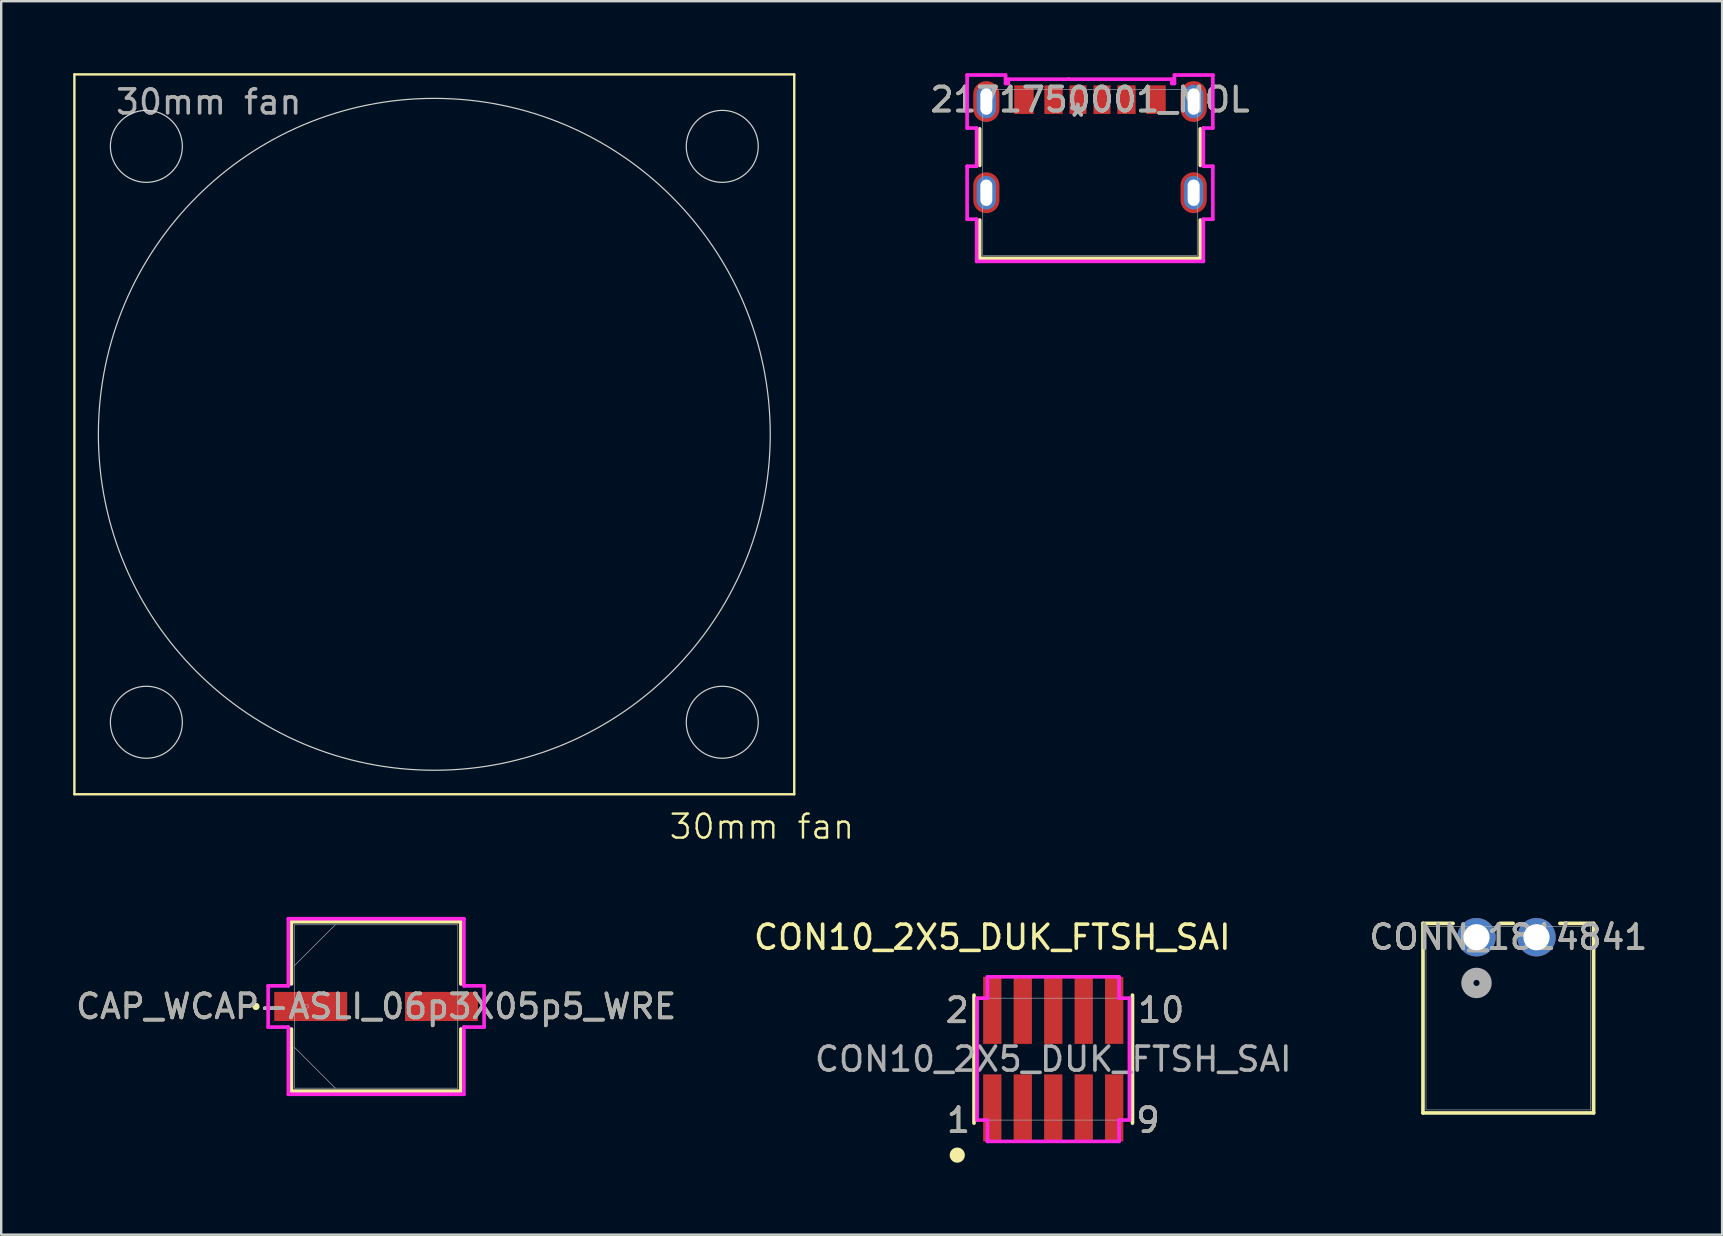
<source format=kicad_pcb>
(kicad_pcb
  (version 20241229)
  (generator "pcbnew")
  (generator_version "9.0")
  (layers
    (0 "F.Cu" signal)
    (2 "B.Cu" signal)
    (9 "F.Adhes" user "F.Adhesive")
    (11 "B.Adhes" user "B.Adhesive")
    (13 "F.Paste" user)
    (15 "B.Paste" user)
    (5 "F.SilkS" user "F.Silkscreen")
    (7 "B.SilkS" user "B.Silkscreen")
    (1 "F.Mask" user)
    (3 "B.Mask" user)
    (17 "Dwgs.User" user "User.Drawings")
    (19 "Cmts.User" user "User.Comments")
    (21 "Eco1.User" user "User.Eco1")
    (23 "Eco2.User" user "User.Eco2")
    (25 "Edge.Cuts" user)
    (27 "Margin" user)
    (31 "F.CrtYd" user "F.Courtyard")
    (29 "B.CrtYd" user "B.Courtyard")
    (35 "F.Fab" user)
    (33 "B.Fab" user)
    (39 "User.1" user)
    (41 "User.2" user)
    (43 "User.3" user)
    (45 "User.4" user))
  (footprint "CON10_2X5_DUK_FTSH_SAI"
    (layer "F.Cu")
    (at 40.844 41.089)
    (property "Reference" "CON10_2X5_DUK_FTSH_SAI" (at -2.54 -5.08 0) (unlocked yes) (layer "F.SilkS") (effects (font (size 1 1) (thickness 0.15))))
    (attr smd)
    (fp_line (start -3.302 -2.667) (end -3.302 2.667) (stroke (width 0.152) (type solid)) (layer "F.SilkS"))
    (fp_line (start 3.302 2.667) (end 3.302 -2.667) (stroke (width 0.152) (type solid)) (layer "F.SilkS"))
    (fp_circle (center -4 4) (end -3.734 4) (stroke (width 0.1) (type solid)) (fill yes) (layer "F.SilkS"))
    (fp_line (start -3.175 -2.54) (end -2.743 -2.54) (stroke (width 0.152) (type solid)) (layer "F.CrtYd"))
    (fp_line (start -3.175 2.54) (end -3.175 -2.54) (stroke (width 0.152) (type solid)) (layer "F.CrtYd"))
    (fp_line (start -2.743 -2.54) (end -2.743 -3.429) (stroke (width 0.152) (type solid)) (layer "F.CrtYd"))
    (fp_line (start -2.743 2.54) (end -3.175 2.54) (stroke (width 0.152) (type solid)) (layer "F.CrtYd"))
    (fp_line (start -2.743 3.429) (end -2.743 2.54) (stroke (width 0.152) (type solid)) (layer "F.CrtYd"))
    (fp_line (start -2.743 3.429) (end 2.743 3.429) (stroke (width 0.152) (type solid)) (layer "F.CrtYd"))
    (fp_line (start 2.743 -3.429) (end -2.743 -3.429) (stroke (width 0.152) (type solid)) (layer "F.CrtYd"))
    (fp_line (start 2.743 -3.429) (end 2.743 -2.54) (stroke (width 0.152) (type solid)) (layer "F.CrtYd"))
    (fp_line (start 2.743 -2.54) (end 3.175 -2.54) (stroke (width 0.152) (type solid)) (layer "F.CrtYd"))
    (fp_line (start 2.743 2.54) (end 2.743 3.429) (stroke (width 0.152) (type solid)) (layer "F.CrtYd"))
    (fp_line (start 3.175 -2.54) (end 3.175 2.54) (stroke (width 0.152) (type solid)) (layer "F.CrtYd"))
    (fp_line (start 3.175 2.54) (end 2.743 2.54) (stroke (width 0.152) (type solid)) (layer "F.CrtYd"))
    (fp_line (start -3.175 -2.54) (end -3.175 2.54) (stroke (width 0.025) (type solid)) (layer "F.Fab"))
    (fp_line (start -3.175 2.54) (end 3.175 2.54) (stroke (width 0.025) (type solid)) (layer "F.Fab"))
    (fp_line (start 3.175 -2.54) (end -3.175 -2.54) (stroke (width 0.025) (type solid)) (layer "F.Fab"))
    (fp_line (start 3.175 2.54) (end 3.175 -2.54) (stroke (width 0.025) (type solid)) (layer "F.Fab"))
    (fp_text user "1" (at -3.95 2.55 0) (unlocked yes) (layer "F.SilkS") (effects (font (size 1 1) (thickness 0.15))))
    (fp_text user "9" (at 3.95 2.55 0) (unlocked yes) (layer "F.SilkS") (effects (font (size 1 1) (thickness 0.15))))
    (fp_text user "2" (at -4 -2.032 0) (unlocked yes) (layer "F.SilkS") (effects (font (size 1 1) (thickness 0.15))))
    (fp_text user "10" (at 4.5 -2.05 0) (unlocked yes) (layer "F.SilkS") (effects (font (size 1 1) (thickness 0.15))))
    (fp_text user "2" (at -4 -2.032 0) (unlocked yes) (layer "F.Fab") (effects (font (size 1 1) (thickness 0.15))))
    (fp_text user "${REFERENCE}" (at 0 0 0) (unlocked yes) (layer "F.Fab") (effects (font (size 1 1) (thickness 0.15))))
    (fp_text user "10" (at 4.5 -2.05 0) (unlocked yes) (layer "F.Fab") (effects (font (size 1 1) (thickness 0.15))))
    (fp_text user "9" (at 3.95 2.55 0) (unlocked yes) (layer "F.Fab") (effects (font (size 1 1) (thickness 0.15))))
    (fp_text user "1" (at -3.95 2.55 0) (unlocked yes) (layer "F.Fab") (effects (font (size 1 1) (thickness 0.15))))
    (pad "1" smd rect (at -2.54 2.032) (size 0.762 2.794) (layers "F.Cu" "F.Mask" "F.Paste"))
    (pad "2" smd rect (at -2.54 -2.032) (size 0.762 2.794) (layers "F.Cu" "F.Mask" "F.Paste"))
    (pad "3" smd rect (at -1.27 2.032) (size 0.762 2.794) (layers "F.Cu" "F.Mask" "F.Paste"))
    (pad "4" smd rect (at -1.27 -2.032) (size 0.762 2.794) (layers "F.Cu" "F.Mask" "F.Paste"))
    (pad "5" smd rect (at 0 2.032) (size 0.762 2.794) (layers "F.Cu" "F.Mask" "F.Paste"))
    (pad "6" smd rect (at 0 -2.032) (size 0.762 2.794) (layers "F.Cu" "F.Mask" "F.Paste"))
    (pad "7" smd rect (at 1.27 2.032) (size 0.762 2.794) (layers "F.Cu" "F.Mask" "F.Paste"))
    (pad "8" smd rect (at 1.27 -2.032) (size 0.762 2.794) (layers "F.Cu" "F.Mask" "F.Paste"))
    (pad "9" smd rect (at 2.54 2.032) (size 0.762 2.794) (layers "F.Cu" "F.Mask" "F.Paste"))
    (pad "10" smd rect (at 2.54 -2.032) (size 0.762 2.794) (layers "F.Cu" "F.Mask" "F.Paste")))
  (footprint "CAP_WCAP-ASLI_06p3X05p5_WRE"
    (layer "F.Cu")
    (at 12.625 38.894)
    (property "Reference" "CAP_WCAP-ASLI_06p3X05p5_WRE" (at 0 0 0) (unlocked yes) (layer "F.SilkS") (effects (font (size 1 1) (thickness 0.15))))
    (attr smd)
    (fp_line (start -3.531 -3.531) (end -3.531 -0.939) (stroke (width 0.152) (type solid)) (layer "F.SilkS"))
    (fp_line (start -3.531 0.939) (end -3.531 3.531) (stroke (width 0.152) (type solid)) (layer "F.SilkS"))
    (fp_line (start -3.531 3.531) (end 3.531 3.531) (stroke (width 0.152) (type solid)) (layer "F.SilkS"))
    (fp_line (start 3.531 -3.531) (end -3.531 -3.531) (stroke (width 0.152) (type solid)) (layer "F.SilkS"))
    (fp_line (start 3.531 -0.939) (end 3.531 -3.531) (stroke (width 0.152) (type solid)) (layer "F.SilkS"))
    (fp_line (start 3.531 3.531) (end 3.531 0.939) (stroke (width 0.152) (type solid)) (layer "F.SilkS"))
    (fp_circle (center -5.008 0) (end -4.932 0) (stroke (width 0.152) (type solid)) (fill no) (layer "F.SilkS"))
    (fp_line (start -4.5 -0.86) (end -3.658 -0.86) (stroke (width 0.152) (type solid)) (layer "F.CrtYd"))
    (fp_line (start -4.5 0.86) (end -4.5 -0.86) (stroke (width 0.152) (type solid)) (layer "F.CrtYd"))
    (fp_line (start -3.658 -3.658) (end 3.658 -3.658) (stroke (width 0.152) (type solid)) (layer "F.CrtYd"))
    (fp_line (start -3.658 -0.86) (end -3.658 -3.658) (stroke (width 0.152) (type solid)) (layer "F.CrtYd"))
    (fp_line (start -3.658 0.86) (end -4.5 0.86) (stroke (width 0.152) (type solid)) (layer "F.CrtYd"))
    (fp_line (start -3.658 3.658) (end -3.658 0.86) (stroke (width 0.152) (type solid)) (layer "F.CrtYd"))
    (fp_line (start 3.658 -3.658) (end 3.658 -0.86) (stroke (width 0.152) (type solid)) (layer "F.CrtYd"))
    (fp_line (start 3.658 -0.86) (end 4.5 -0.86) (stroke (width 0.152) (type solid)) (layer "F.CrtYd"))
    (fp_line (start 3.658 0.86) (end 3.658 3.658) (stroke (width 0.152) (type solid)) (layer "F.CrtYd"))
    (fp_line (start 3.658 3.658) (end -3.658 3.658) (stroke (width 0.152) (type solid)) (layer "F.CrtYd"))
    (fp_line (start 4.5 -0.86) (end 4.5 0.86) (stroke (width 0.152) (type solid)) (layer "F.CrtYd"))
    (fp_line (start 4.5 0.86) (end 3.658 0.86) (stroke (width 0.152) (type solid)) (layer "F.CrtYd"))
    (fp_line (start -3.404 -3.404) (end -3.404 3.404) (stroke (width 0.025) (type solid)) (layer "F.Fab"))
    (fp_line (start -3.404 -1.702) (end -1.702 -3.404) (stroke (width 0.025) (type solid)) (layer "F.Fab"))
    (fp_line (start -3.404 1.702) (end -1.702 3.404) (stroke (width 0.025) (type solid)) (layer "F.Fab"))
    (fp_line (start -3.404 3.404) (end 3.404 3.404) (stroke (width 0.025) (type solid)) (layer "F.Fab"))
    (fp_line (start 3.404 -3.404) (end -3.404 -3.404) (stroke (width 0.025) (type solid)) (layer "F.Fab"))
    (fp_line (start 3.404 3.404) (end 3.404 -3.404) (stroke (width 0.025) (type solid)) (layer "F.Fab"))
    (fp_circle (center -2.896 0) (end -2.819 0) (stroke (width 0.025) (type solid)) (fill no) (layer "F.Fab"))
    (fp_text user "${REFERENCE}" (at 0 0 0) (unlocked yes) (layer "F.Fab") (effects (font (size 1 1) (thickness 0.15))))
    (pad "1" smd rect (at -2.726 0) (size 3.042 1.213) (layers "F.Cu" "F.Mask" "F.Paste"))
    (pad "2" smd rect (at 2.726 0) (size 3.042 1.213) (layers "F.Cu" "F.Mask" "F.Paste"))
    (zone (net_name "") (layer "F.Cu") (hatch full 0.508) (connect_pads) (min_thickness 0.254) (filled_areas_thickness no) (keepout (tracks not_allowed) (vias not_allowed) (pads allowed) (copperpour not_allowed) (footprints allowed)) (placement (enabled no)) (fill) (polygon (pts (xy 9.272 35.541) (xy 15.978 35.541) (xy 15.978 38.237) (xy 9.272 38.237))))
    (zone (net_name "") (layer "F.Cu") (hatch full 0.508) (connect_pads) (min_thickness 0.254) (filled_areas_thickness no) (keepout (tracks not_allowed) (vias not_allowed) (pads allowed) (copperpour not_allowed) (footprints allowed)) (placement (enabled no)) (fill) (polygon (pts (xy 9.272 39.551) (xy 15.978 39.551) (xy 15.978 42.247) (xy 9.272 42.247))))
    (zone (net_name "") (layer "F.Cu") (hatch full 0.508) (connect_pads) (min_thickness 0.254) (filled_areas_thickness no) (keepout (tracks not_allowed) (vias not_allowed) (pads allowed) (copperpour not_allowed) (footprints allowed)) (placement (enabled no)) (fill) (polygon (pts (xy 11.471 38.237) (xy 13.779 38.237) (xy 13.779 39.551) (xy 11.471 39.551)))))
  (footprint "2171750001_MOL"
    (layer "F.Cu")
    (at 42.375 4.136)
    (property "Reference" "2171750001_MOL" (at 0 -3.034 0) (unlocked yes) (layer "F.SilkS") (effects (font (size 1 1) (thickness 0.15))))
    (attr smd)
    (fp_line (start -4.597 -1.816) (end -4.597 -0.293) (stroke (width 0.152) (type solid)) (layer "F.SilkS"))
    (fp_line (start -4.597 1.984) (end -4.597 3.581) (stroke (width 0.152) (type solid)) (layer "F.SilkS"))
    (fp_line (start -4.597 3.581) (end 4.597 3.581) (stroke (width 0.152) (type solid)) (layer "F.SilkS"))
    (fp_line (start 4.597 -0.293) (end 4.597 -1.816) (stroke (width 0.152) (type solid)) (layer "F.SilkS"))
    (fp_line (start 4.597 3.581) (end 4.597 1.984) (stroke (width 0.152) (type solid)) (layer "F.SilkS"))
    (fp_line (start -5.12 -4.059) (end -5.12 -1.849) (stroke (width 0.152) (type solid)) (layer "F.CrtYd"))
    (fp_line (start -5.12 -1.849) (end -4.724 -1.849) (stroke (width 0.152) (type solid)) (layer "F.CrtYd"))
    (fp_line (start -5.12 -0.259) (end -5.12 1.95) (stroke (width 0.152) (type solid)) (layer "F.CrtYd"))
    (fp_line (start -5.12 1.95) (end -4.724 1.95) (stroke (width 0.152) (type solid)) (layer "F.CrtYd"))
    (fp_line (start -4.724 -1.849) (end -4.724 -0.259) (stroke (width 0.152) (type solid)) (layer "F.CrtYd"))
    (fp_line (start -4.724 -0.259) (end -5.12 -0.259) (stroke (width 0.152) (type solid)) (layer "F.CrtYd"))
    (fp_line (start -4.724 1.95) (end -4.724 3.708) (stroke (width 0.152) (type solid)) (layer "F.CrtYd"))
    (fp_line (start -4.724 3.708) (end 4.724 3.708) (stroke (width 0.152) (type solid)) (layer "F.CrtYd"))
    (fp_line (start -3.52 -4.059) (end -5.12 -4.059) (stroke (width 0.152) (type solid)) (layer "F.CrtYd"))
    (fp_line (start -3.52 -3.708) (end -3.52 -4.059) (stroke (width 0.152) (type solid)) (layer "F.CrtYd"))
    (fp_line (start -3.41 -3.885) (end -3.41 -3.708) (stroke (width 0.152) (type solid)) (layer "F.CrtYd"))
    (fp_line (start -3.41 -3.708) (end -3.52 -3.708) (stroke (width 0.152) (type solid)) (layer "F.CrtYd"))
    (fp_line (start -0.885 -3.885) (end -0.885 -3.885) (stroke (width 0.152) (type solid)) (layer "F.CrtYd"))
    (fp_line (start -0.885 -3.885) (end -3.41 -3.885) (stroke (width 0.152) (type solid)) (layer "F.CrtYd"))
    (fp_line (start 3.41 -3.885) (end -0.885 -3.885) (stroke (width 0.152) (type solid)) (layer "F.CrtYd"))
    (fp_line (start 3.41 -3.708) (end 3.41 -3.885) (stroke (width 0.152) (type solid)) (layer "F.CrtYd"))
    (fp_line (start 3.52 -4.059) (end 3.52 -3.708) (stroke (width 0.152) (type solid)) (layer "F.CrtYd"))
    (fp_line (start 3.52 -3.708) (end 3.41 -3.708) (stroke (width 0.152) (type solid)) (layer "F.CrtYd"))
    (fp_line (start 4.724 -1.849) (end 5.12 -1.849) (stroke (width 0.152) (type solid)) (layer "F.CrtYd"))
    (fp_line (start 4.724 -0.259) (end 4.724 -1.849) (stroke (width 0.152) (type solid)) (layer "F.CrtYd"))
    (fp_line (start 4.724 1.95) (end 5.12 1.95) (stroke (width 0.152) (type solid)) (layer "F.CrtYd"))
    (fp_line (start 4.724 3.708) (end 4.724 1.95) (stroke (width 0.152) (type solid)) (layer "F.CrtYd"))
    (fp_line (start 5.12 -4.059) (end 3.52 -4.059) (stroke (width 0.152) (type solid)) (layer "F.CrtYd"))
    (fp_line (start 5.12 -1.849) (end 5.12 -4.059) (stroke (width 0.152) (type solid)) (layer "F.CrtYd"))
    (fp_line (start 5.12 -0.259) (end 4.724 -0.259) (stroke (width 0.152) (type solid)) (layer "F.CrtYd"))
    (fp_line (start 5.12 1.95) (end 5.12 -0.259) (stroke (width 0.152) (type solid)) (layer "F.CrtYd"))
    (fp_line (start -4.47 -3.454) (end -4.47 3.454) (stroke (width 0.025) (type solid)) (layer "F.Fab"))
    (fp_line (start -4.47 3.454) (end 4.47 3.454) (stroke (width 0.025) (type solid)) (layer "F.Fab"))
    (fp_line (start 0 -3.454) (end 0 -3.454) (stroke (width 0.025) (type solid)) (layer "F.Fab"))
    (fp_line (start 0 -3.454) (end 0 -3.454) (stroke (width 0.025) (type solid)) (layer "F.Fab"))
    (fp_line (start 0 -3.454) (end 0 -3.454) (stroke (width 0.025) (type solid)) (layer "F.Fab"))
    (fp_line (start 0 -3.454) (end 0 -3.454) (stroke (width 0.025) (type solid)) (layer "F.Fab"))
    (fp_line (start 4.47 -3.454) (end -4.47 -3.454) (stroke (width 0.025) (type solid)) (layer "F.Fab"))
    (fp_line (start 4.47 3.454) (end 4.47 -3.454) (stroke (width 0.025) (type solid)) (layer "F.Fab"))
    (fp_text user "${REFERENCE}" (at 0 -3.034 0) (unlocked yes) (layer "F.Fab") (effects (font (size 1 1) (thickness 0.15))))
    (fp_text user "*" (at -0.508 -2.286 0) (unlocked yes) (layer "F.Fab") (effects (font (size 1 1) (thickness 0.15))))
    (fp_text user "*" (at -0.508 -2.286 0) (layer "F.Fab") (effects (font (size 1 1) (thickness 0.15))))
    (pad "7" smd oval (at -4.32 -2.954) (size 1.092 1.702) (layers "F.Cu" "F.Mask" "F.Paste"))
    (pad "8" smd oval (at 4.32 -2.954) (size 1.092 1.702) (layers "F.Cu" "F.Mask" "F.Paste"))
    (pad "9" smd oval (at -4.32 0.846) (size 1.092 1.702) (layers "F.Cu" "F.Mask" "F.Paste"))
    (pad "10" smd oval (at 4.32 0.846) (size 1.092 1.702) (layers "F.Cu" "F.Mask" "F.Paste"))
    (pad "A5" smd rect (at -0.5 -3.034) (size 0.711 1.194) (layers "F.Cu" "F.Mask" "F.Paste"))
    (pad "A9" smd rect (at 1.52 -3.034) (size 0.762 1.194) (layers "F.Cu" "F.Mask" "F.Paste"))
    (pad "A12" smd rect (at 2.75 -3.034) (size 0.813 1.194) (layers "F.Cu" "F.Mask" "F.Paste"))
    (pad "B5" smd rect (at 0.5 -3.034) (size 0.711 1.194) (layers "F.Cu" "F.Mask" "F.Paste"))
    (pad "B9" smd rect (at -1.52 -3.034) (size 0.762 1.194) (layers "F.Cu" "F.Mask" "F.Paste"))
    (pad "B12" smd rect (at -2.75 -3.034) (size 0.813 1.194) (layers "F.Cu" "F.Mask" "F.Paste"))
    (pad "S1" thru_hole oval (at -4.32 -2.954) (size 0.8 1.4) (drill oval 0.5 1.1) (layers "*.Cu" "*.Mask"))
    (pad "S1" thru_hole oval (at -4.32 0.846) (size 0.8 1.4) (drill oval 0.5 1.1) (layers "*.Cu" "*.Mask"))
    (pad "S1" thru_hole oval (at 4.32 -2.954) (size 0.8 1.4) (drill oval 0.5 1.1) (layers "*.Cu" "*.Mask"))
    (pad "S1" thru_hole oval (at 4.32 0.846) (size 0.8 1.4) (drill oval 0.5 1.1) (layers "*.Cu" "*.Mask")))
  (footprint "CONN_1814841"
    (layer "F.Cu")
    (at 58.483 36.009)
    (property "Reference" "CONN_1814841" (at 1.325 0 0) (unlocked yes) (layer "F.SilkS") (effects (font (size 1 1) (thickness 0.15))))
    (attr through_hole)
    (fp_line (start -2.231 -0.577) (end -2.231 7.322) (stroke (width 0.152) (type solid)) (layer "F.SilkS"))
    (fp_line (start -2.231 7.322) (end 4.881 7.322) (stroke (width 0.152) (type solid)) (layer "F.SilkS"))
    (fp_line (start -0.975 -0.577) (end -2.231 -0.577) (stroke (width 0.152) (type solid)) (layer "F.SilkS"))
    (fp_line (start 1.525 -0.577) (end 0.975 -0.577) (stroke (width 0.152) (type solid)) (layer "F.SilkS"))
    (fp_line (start 4.881 -0.577) (end 3.475 -0.577) (stroke (width 0.152) (type solid)) (layer "F.SilkS"))
    (fp_line (start 4.881 7.322) (end 4.881 -0.577) (stroke (width 0.152) (type solid)) (layer "F.SilkS"))
    (fp_line (start -2.104 -0.45) (end -2.104 7.195) (stroke (width 0.025) (type solid)) (layer "F.Fab"))
    (fp_line (start -2.104 7.195) (end 4.754 7.195) (stroke (width 0.025) (type solid)) (layer "F.Fab"))
    (fp_line (start 4.754 -0.45) (end -2.104 -0.45) (stroke (width 0.025) (type solid)) (layer "F.Fab"))
    (fp_line (start 4.754 7.195) (end 4.754 -0.45) (stroke (width 0.025) (type solid)) (layer "F.Fab"))
    (fp_circle (center 0 1.905) (end 0.381 1.905) (stroke (width 0.508) (type solid)) (fill no) (layer "F.Fab"))
    (fp_text user "${REFERENCE}" (at 1.325 0 0) (unlocked yes) (layer "F.Fab") (effects (font (size 1 1) (thickness 0.15))))
    (pad "1" thru_hole circle (at -0.000001 0) (size 1.6 1.6) (drill 1.092) (layers "*.Cu" "*.Mask"))
    (pad "2" thru_hole circle (at 2.5 0) (size 1.6 1.6) (drill 1.092) (layers "*.Cu" "*.Mask")))
  (footprint "30mm fan"
    (layer "F.Cu")
    (at 15.05 15.05)
    (property "Reference" "30mm fan" (at 13.65 16.35 0) (unlocked yes) (layer "F.SilkS") (effects (font (size 1 1) (thickness 0.1))))
    (attr smd)
    (fp_line (start -15 -15) (end -15 15) (stroke (width 0.1) (type default)) (layer "F.SilkS"))
    (fp_line (start -15 15) (end 15 15) (stroke (width 0.1) (type default)) (layer "F.SilkS"))
    (fp_line (start 15 -15) (end -15 -15) (stroke (width 0.1) (type default)) (layer "F.SilkS"))
    (fp_line (start 15 15) (end 15 -15) (stroke (width 0.1) (type default)) (layer "F.SilkS"))
    (fp_circle (center -12 -12) (end -10.5 -12) (stroke (width 0.05) (type default)) (fill no) (layer "Edge.Cuts"))
    (fp_circle (center -12 12) (end -10.5 12) (stroke (width 0.05) (type default)) (fill no) (layer "Edge.Cuts"))
    (fp_circle (center 0 0) (end 14 0) (stroke (width 0.05) (type default)) (fill no) (layer "Edge.Cuts"))
    (fp_circle (center 12 -12) (end 13.5 -12) (stroke (width 0.05) (type default)) (fill no) (layer "Edge.Cuts"))
    (fp_circle (center 12 12) (end 13.5 12) (stroke (width 0.05) (type default)) (fill no) (layer "Edge.Cuts"))
    (fp_text user "${REFERENCE}" (at -9.4 -13.85 0) (unlocked yes) (layer "F.Fab") (effects (font (size 1 1) (thickness 0.15)))))
  (gr_rect
    (start -3 -3)
    (end 68.719 48.405)
    (stroke (width 0.1) (type default))
    (fill no)
    (layer "Edge.Cuts")))
</source>
